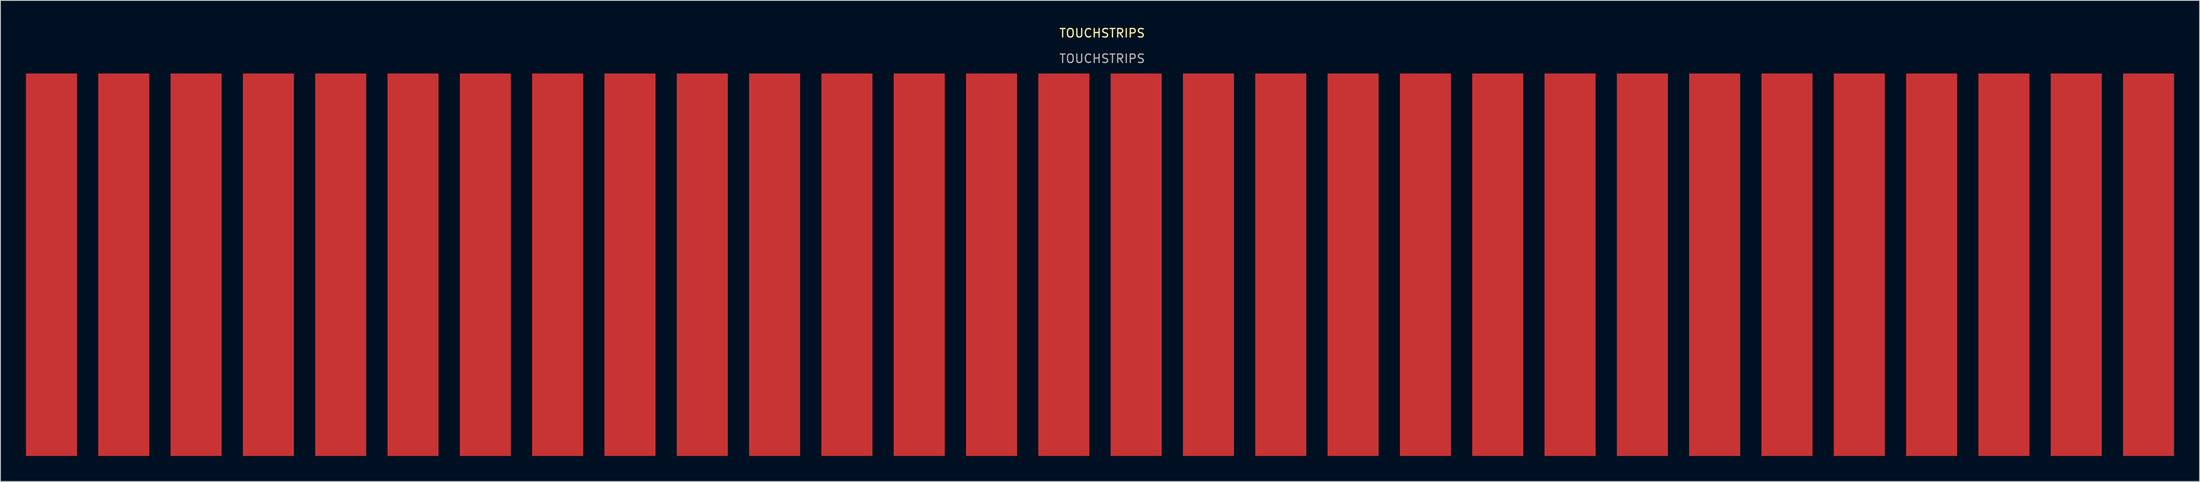
<source format=kicad_pcb>
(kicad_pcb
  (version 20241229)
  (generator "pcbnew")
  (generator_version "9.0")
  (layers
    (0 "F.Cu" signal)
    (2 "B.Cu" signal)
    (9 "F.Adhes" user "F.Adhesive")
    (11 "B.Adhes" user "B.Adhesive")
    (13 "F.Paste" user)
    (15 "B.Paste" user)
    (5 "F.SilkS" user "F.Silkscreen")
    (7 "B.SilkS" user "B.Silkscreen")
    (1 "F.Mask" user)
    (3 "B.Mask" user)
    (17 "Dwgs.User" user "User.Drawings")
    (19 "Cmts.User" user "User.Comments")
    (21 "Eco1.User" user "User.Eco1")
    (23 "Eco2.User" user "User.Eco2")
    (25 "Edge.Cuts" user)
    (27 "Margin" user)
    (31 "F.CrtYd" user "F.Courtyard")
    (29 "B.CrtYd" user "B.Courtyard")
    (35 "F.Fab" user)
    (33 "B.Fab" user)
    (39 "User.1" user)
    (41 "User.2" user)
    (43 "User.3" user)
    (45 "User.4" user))
  (footprint "TOUCHSTRIPS"
    (layer "F.Cu")
    (at 126.25 28.098)
    (property "Reference" "TOUCHSTRIPS" (at 0.25 -27.25 0) (unlocked yes) (layer "F.SilkS") (effects (font (size 1 1) (thickness 0.15))))
    (attr smd)
    (fp_text user "${REFERENCE}" (at 0.25 -24.25 0) (unlocked yes) (layer "F.Fab") (effects (font (size 1 1) (thickness 0.15))))
    (pad "1" smd rect (at -123.25 0) (size 6 45) (layers "F.Cu" "F.Mask" "F.Paste"))
    (pad "2" smd rect (at -114.75 0) (size 6 45) (layers "F.Cu" "F.Mask" "F.Paste"))
    (pad "3" smd rect (at -106.25 0) (size 6 45) (layers "F.Cu" "F.Mask" "F.Paste"))
    (pad "4" smd rect (at -97.75 0) (size 6 45) (layers "F.Cu" "F.Mask" "F.Paste"))
    (pad "5" smd rect (at -89.25 0) (size 6 45) (layers "F.Cu" "F.Mask" "F.Paste"))
    (pad "6" smd rect (at -80.75 0) (size 6 45) (layers "F.Cu" "F.Mask" "F.Paste"))
    (pad "7" smd rect (at -72.25 0) (size 6 45) (layers "F.Cu" "F.Mask" "F.Paste"))
    (pad "8" smd rect (at -63.75 0) (size 6 45) (layers "F.Cu" "F.Mask" "F.Paste"))
    (pad "9" smd rect (at -55.25 0) (size 6 45) (layers "F.Cu" "F.Mask" "F.Paste"))
    (pad "10" smd rect (at -46.75 0) (size 6 45) (layers "F.Cu" "F.Mask" "F.Paste"))
    (pad "11" smd rect (at -38.25 0) (size 6 45) (layers "F.Cu" "F.Mask" "F.Paste"))
    (pad "12" smd rect (at -29.75 0) (size 6 45) (layers "F.Cu" "F.Mask" "F.Paste"))
    (pad "13" smd rect (at -21.25 0) (size 6 45) (layers "F.Cu" "F.Mask" "F.Paste"))
    (pad "14" smd rect (at -12.75 0) (size 6 45) (layers "F.Cu" "F.Mask" "F.Paste"))
    (pad "15" smd rect (at -4.25 0) (size 6 45) (layers "F.Cu" "F.Mask" "F.Paste"))
    (pad "16" smd rect (at 4.25 0) (size 6 45) (layers "F.Cu" "F.Mask" "F.Paste"))
    (pad "17" smd rect (at 12.75 0) (size 6 45) (layers "F.Cu" "F.Mask" "F.Paste"))
    (pad "18" smd rect (at 21.25 0) (size 6 45) (layers "F.Cu" "F.Mask" "F.Paste"))
    (pad "19" smd rect (at 29.75 0) (size 6 45) (layers "F.Cu" "F.Mask" "F.Paste"))
    (pad "20" smd rect (at 38.25 0) (size 6 45) (layers "F.Cu" "F.Mask" "F.Paste"))
    (pad "21" smd rect (at 46.75 0) (size 6 45) (layers "F.Cu" "F.Mask" "F.Paste"))
    (pad "22" smd rect (at 55.25 0) (size 6 45) (layers "F.Cu" "F.Mask" "F.Paste"))
    (pad "23" smd rect (at 63.75 0) (size 6 45) (layers "F.Cu" "F.Mask" "F.Paste"))
    (pad "24" smd rect (at 72.25 0) (size 6 45) (layers "F.Cu" "F.Mask" "F.Paste"))
    (pad "25" smd rect (at 80.75 0) (size 6 45) (layers "F.Cu" "F.Mask" "F.Paste"))
    (pad "26" smd rect (at 89.25 0) (size 6 45) (layers "F.Cu" "F.Mask" "F.Paste"))
    (pad "27" smd rect (at 97.75 0) (size 6 45) (layers "F.Cu" "F.Mask" "F.Paste"))
    (pad "28" smd rect (at 106.25 0) (size 6 45) (layers "F.Cu" "F.Mask" "F.Paste"))
    (pad "29" smd rect (at 114.75 0) (size 6 45) (layers "F.Cu" "F.Mask" "F.Paste"))
    (pad "30" smd rect (at 123.25 0) (size 6 45) (layers "F.Cu" "F.Mask" "F.Paste")))
  (gr_rect
    (start -3 -3)
    (end 255.5 53.598)
    (stroke (width 0.1) (type default))
    (fill no)
    (layer "Edge.Cuts")))
</source>
